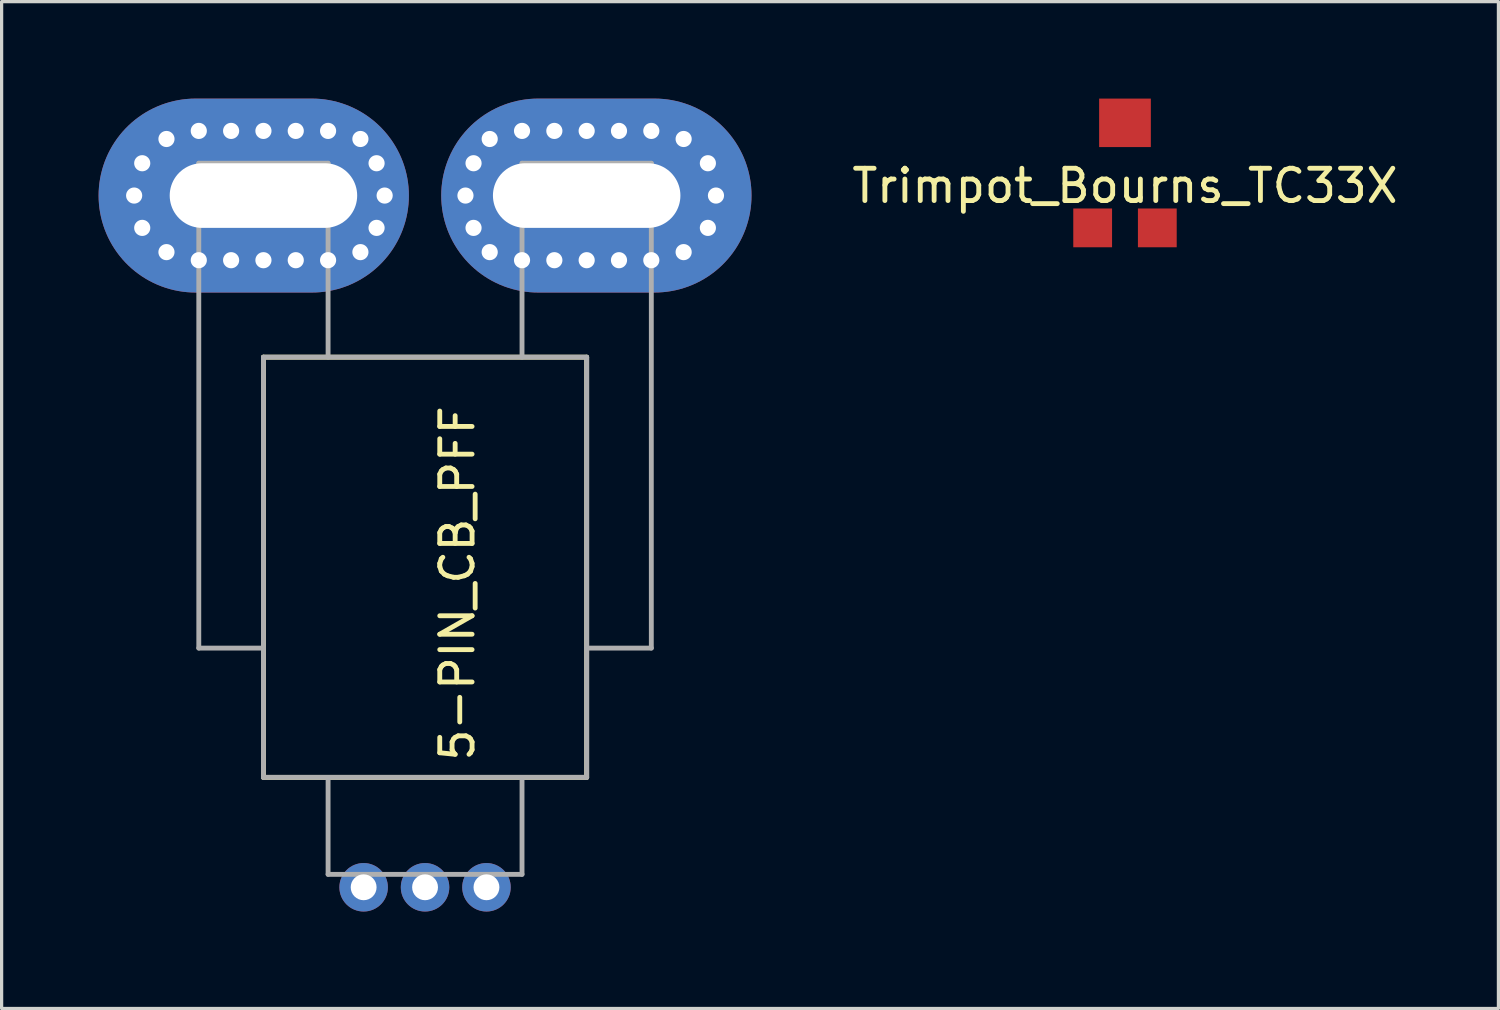
<source format=kicad_pcb>
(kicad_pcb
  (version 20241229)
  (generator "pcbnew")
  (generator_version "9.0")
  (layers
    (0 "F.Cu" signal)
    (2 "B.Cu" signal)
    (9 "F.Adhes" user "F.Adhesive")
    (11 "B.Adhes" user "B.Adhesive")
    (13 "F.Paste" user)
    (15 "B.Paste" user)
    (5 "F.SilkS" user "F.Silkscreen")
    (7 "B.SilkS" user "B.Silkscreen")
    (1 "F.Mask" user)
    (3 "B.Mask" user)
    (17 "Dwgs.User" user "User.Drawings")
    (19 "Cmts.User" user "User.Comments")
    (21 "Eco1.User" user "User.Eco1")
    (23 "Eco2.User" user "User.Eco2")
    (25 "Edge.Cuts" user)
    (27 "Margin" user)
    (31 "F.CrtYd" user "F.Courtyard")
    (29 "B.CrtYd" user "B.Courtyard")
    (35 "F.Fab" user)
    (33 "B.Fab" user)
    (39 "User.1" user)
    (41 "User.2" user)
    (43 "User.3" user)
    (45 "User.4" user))
  (footprint "Trimpot_Bourns_TC33X"
    (layer "F.Cu")
    (at 31.754 2.2)
    (property "Reference" "Trimpot_Bourns_TC33X" (at 0 0.5 0) (layer "F.SilkS") (effects (font (size 1 1) (thickness 0.15))))
    (attr through_hole)
    (pad "1" smd rect (at -1 1.8) (size 1.2 1.2) (layers "F.Cu" "F.Mask" "F.Paste"))
    (pad "2" smd rect (at 0 -1.45) (size 1.6 1.5) (layers "F.Cu" "F.Mask" "F.Paste"))
    (pad "3" smd rect (at 1 1.8) (size 1.2 1.2) (layers "F.Cu" "F.Mask" "F.Paste")))
  (footprint "5-PIN_CB_PFF"
    (layer "F.Cu")
    (at 10.1 15)
    (property "Reference" "5-PIN_CB_PFF" (at 1 0 90) (layer "F.SilkS") (effects (font (size 1 1) (thickness 0.15))))
    (attr through_hole)
    (fp_line (start -5 -7) (end 5 -7) (stroke (width 0.15) (type solid)) (layer "F.SilkS"))
    (fp_line (start -5 6) (end -5 -7) (stroke (width 0.15) (type solid)) (layer "F.SilkS"))
    (fp_line (start 5 -7) (end 5 6) (stroke (width 0.15) (type solid)) (layer "F.SilkS"))
    (fp_line (start 5 6) (end -5 6) (stroke (width 0.15) (type solid)) (layer "F.SilkS"))
    (fp_line (start -7 -13) (end -3 -13) (stroke (width 0.15) (type solid)) (layer "F.Fab"))
    (fp_line (start -7 2) (end -7 -13) (stroke (width 0.15) (type solid)) (layer "F.Fab"))
    (fp_line (start -5 -7) (end 5 -7) (stroke (width 0.15) (type solid)) (layer "F.Fab"))
    (fp_line (start -5 2) (end -7 2) (stroke (width 0.15) (type solid)) (layer "F.Fab"))
    (fp_line (start -5 6) (end -5 -7) (stroke (width 0.15) (type solid)) (layer "F.Fab"))
    (fp_line (start -3 -13) (end -3 -7) (stroke (width 0.15) (type solid)) (layer "F.Fab"))
    (fp_line (start -3 6) (end -3 9) (stroke (width 0.15) (type solid)) (layer "F.Fab"))
    (fp_line (start -3 9) (end 3 9) (stroke (width 0.15) (type solid)) (layer "F.Fab"))
    (fp_line (start 3 -13) (end 3 -7) (stroke (width 0.15) (type solid)) (layer "F.Fab"))
    (fp_line (start 3 9) (end 3 6) (stroke (width 0.15) (type solid)) (layer "F.Fab"))
    (fp_line (start 5 -7) (end 5 6) (stroke (width 0.15) (type solid)) (layer "F.Fab"))
    (fp_line (start 5 2) (end 7 2) (stroke (width 0.15) (type solid)) (layer "F.Fab"))
    (fp_line (start 5 6) (end -5 6) (stroke (width 0.15) (type solid)) (layer "F.Fab"))
    (fp_line (start 7 -13) (end 3 -13) (stroke (width 0.15) (type solid)) (layer "F.Fab"))
    (fp_line (start 7 2) (end 7 -13) (stroke (width 0.15) (type solid)) (layer "F.Fab"))
    (pad "1" thru_hole circle (at -1.9 9.4) (size 1.5 1.5) (drill 0.8) (layers "*.Cu" "*.Mask"))
    (pad "2" thru_hole circle (at 0 9.4) (size 1.5 1.5) (drill 0.8) (layers "*.Cu" "*.Mask"))
    (pad "3" thru_hole circle (at 1.9 9.4) (size 1.5 1.5) (drill 0.8) (layers "*.Cu" "*.Mask"))
    (pad "4" thru_hole circle (at 1.25 -12) (size 0.5 0.5) (drill 0.5) (layers "*.Cu" "*.Mask"))
    (pad "4" thru_hole circle (at 1.5 -13) (size 0.5 0.5) (drill 0.5) (layers "*.Cu" "*.Mask"))
    (pad "4" thru_hole circle (at 1.5 -11) (size 0.5 0.5) (drill 0.5) (layers "*.Cu" "*.Mask"))
    (pad "4" thru_hole circle (at 2 -13.75) (size 0.5 0.5) (drill 0.5) (layers "*.Cu" "*.Mask"))
    (pad "4" thru_hole circle (at 2 -10.25) (size 0.5 0.5) (drill 0.5) (layers "*.Cu" "*.Mask"))
    (pad "4" thru_hole circle (at 3 -14) (size 0.5 0.5) (drill 0.5) (layers "*.Cu" "*.Mask"))
    (pad "4" thru_hole circle (at 3 -10) (size 0.5 0.5) (drill 0.5) (layers "*.Cu" "*.Mask"))
    (pad "4" thru_hole circle (at 4 -14) (size 0.5 0.5) (drill 0.5) (layers "*.Cu" "*.Mask"))
    (pad "4" thru_hole circle (at 4 -10) (size 0.5 0.5) (drill 0.5) (layers "*.Cu" "*.Mask"))
    (pad "4" thru_hole circle (at 5 -14) (size 0.5 0.5) (drill 0.5) (layers "*.Cu" "*.Mask"))
    (pad "4" thru_hole oval (at 5 -12) (size 9.6 6) (drill oval 5.8 2 (offset 0.3 0)) (layers "*.Cu" "*.Mask"))
    (pad "4" thru_hole circle (at 5 -10) (size 0.5 0.5) (drill 0.5) (layers "*.Cu" "*.Mask"))
    (pad "4" thru_hole circle (at 6 -14) (size 0.5 0.5) (drill 0.5) (layers "*.Cu" "*.Mask"))
    (pad "4" thru_hole circle (at 6 -10) (size 0.5 0.5) (drill 0.5) (layers "*.Cu" "*.Mask"))
    (pad "4" thru_hole circle (at 7 -14) (size 0.5 0.5) (drill 0.5) (layers "*.Cu" "*.Mask"))
    (pad "4" thru_hole circle (at 7 -10) (size 0.5 0.5) (drill 0.5) (layers "*.Cu" "*.Mask"))
    (pad "4" thru_hole circle (at 8 -13.75) (size 0.5 0.5) (drill 0.5) (layers "*.Cu" "*.Mask"))
    (pad "4" thru_hole circle (at 8 -10.25) (size 0.5 0.5) (drill 0.5) (layers "*.Cu" "*.Mask"))
    (pad "4" thru_hole circle (at 8.75 -13) (size 0.5 0.5) (drill 0.5) (layers "*.Cu" "*.Mask"))
    (pad "4" thru_hole circle (at 8.75 -11) (size 0.5 0.5) (drill 0.5) (layers "*.Cu" "*.Mask"))
    (pad "4" thru_hole circle (at 9 -12) (size 0.5 0.5) (drill 0.5) (layers "*.Cu" "*.Mask"))
    (pad "5" thru_hole circle (at -9 -12) (size 0.5 0.5) (drill 0.5) (layers "*.Cu" "*.Mask"))
    (pad "5" thru_hole circle (at -8.75 -13) (size 0.5 0.5) (drill 0.5) (layers "*.Cu" "*.Mask"))
    (pad "5" thru_hole circle (at -8.75 -11) (size 0.5 0.5) (drill 0.5) (layers "*.Cu" "*.Mask"))
    (pad "5" thru_hole circle (at -8 -13.75) (size 0.5 0.5) (drill 0.5) (layers "*.Cu" "*.Mask"))
    (pad "5" thru_hole circle (at -8 -10.25) (size 0.5 0.5) (drill 0.5) (layers "*.Cu" "*.Mask"))
    (pad "5" thru_hole circle (at -7 -14) (size 0.5 0.5) (drill 0.5) (layers "*.Cu" "*.Mask"))
    (pad "5" thru_hole circle (at -7 -10) (size 0.5 0.5) (drill 0.5) (layers "*.Cu" "*.Mask"))
    (pad "5" thru_hole circle (at -6 -14) (size 0.5 0.5) (drill 0.5) (layers "*.Cu" "*.Mask"))
    (pad "5" thru_hole circle (at -6 -10) (size 0.5 0.5) (drill 0.5) (layers "*.Cu" "*.Mask"))
    (pad "5" thru_hole circle (at -5 -14) (size 0.5 0.5) (drill 0.5) (layers "*.Cu" "*.Mask"))
    (pad "5" thru_hole oval (at -5 -12) (size 9.6 6) (drill oval 5.8 2 (offset -0.3 0)) (layers "*.Cu" "*.Mask"))
    (pad "5" thru_hole circle (at -5 -10) (size 0.5 0.5) (drill 0.5) (layers "*.Cu" "*.Mask"))
    (pad "5" thru_hole circle (at -4 -14) (size 0.5 0.5) (drill 0.5) (layers "*.Cu" "*.Mask"))
    (pad "5" thru_hole circle (at -4 -10) (size 0.5 0.5) (drill 0.5) (layers "*.Cu" "*.Mask"))
    (pad "5" thru_hole circle (at -3 -14) (size 0.5 0.5) (drill 0.5) (layers "*.Cu" "*.Mask"))
    (pad "5" thru_hole circle (at -3 -10) (size 0.5 0.5) (drill 0.5) (layers "*.Cu" "*.Mask"))
    (pad "5" thru_hole circle (at -2 -13.75) (size 0.5 0.5) (drill 0.5) (layers "*.Cu" "*.Mask"))
    (pad "5" thru_hole circle (at -2 -10.25) (size 0.5 0.5) (drill 0.5) (layers "*.Cu" "*.Mask"))
    (pad "5" thru_hole circle (at -1.5 -13) (size 0.5 0.5) (drill 0.5) (layers "*.Cu" "*.Mask"))
    (pad "5" thru_hole circle (at -1.5 -11) (size 0.5 0.5) (drill 0.5) (layers "*.Cu" "*.Mask"))
    (pad "5" thru_hole circle (at -1.25 -12) (size 0.5 0.5) (drill 0.5) (layers "*.Cu" "*.Mask")))
  (gr_rect
    (start -3 -3)
    (end 43.307 28.15)
    (stroke (width 0.1) (type default))
    (fill no)
    (layer "Edge.Cuts")))
</source>
